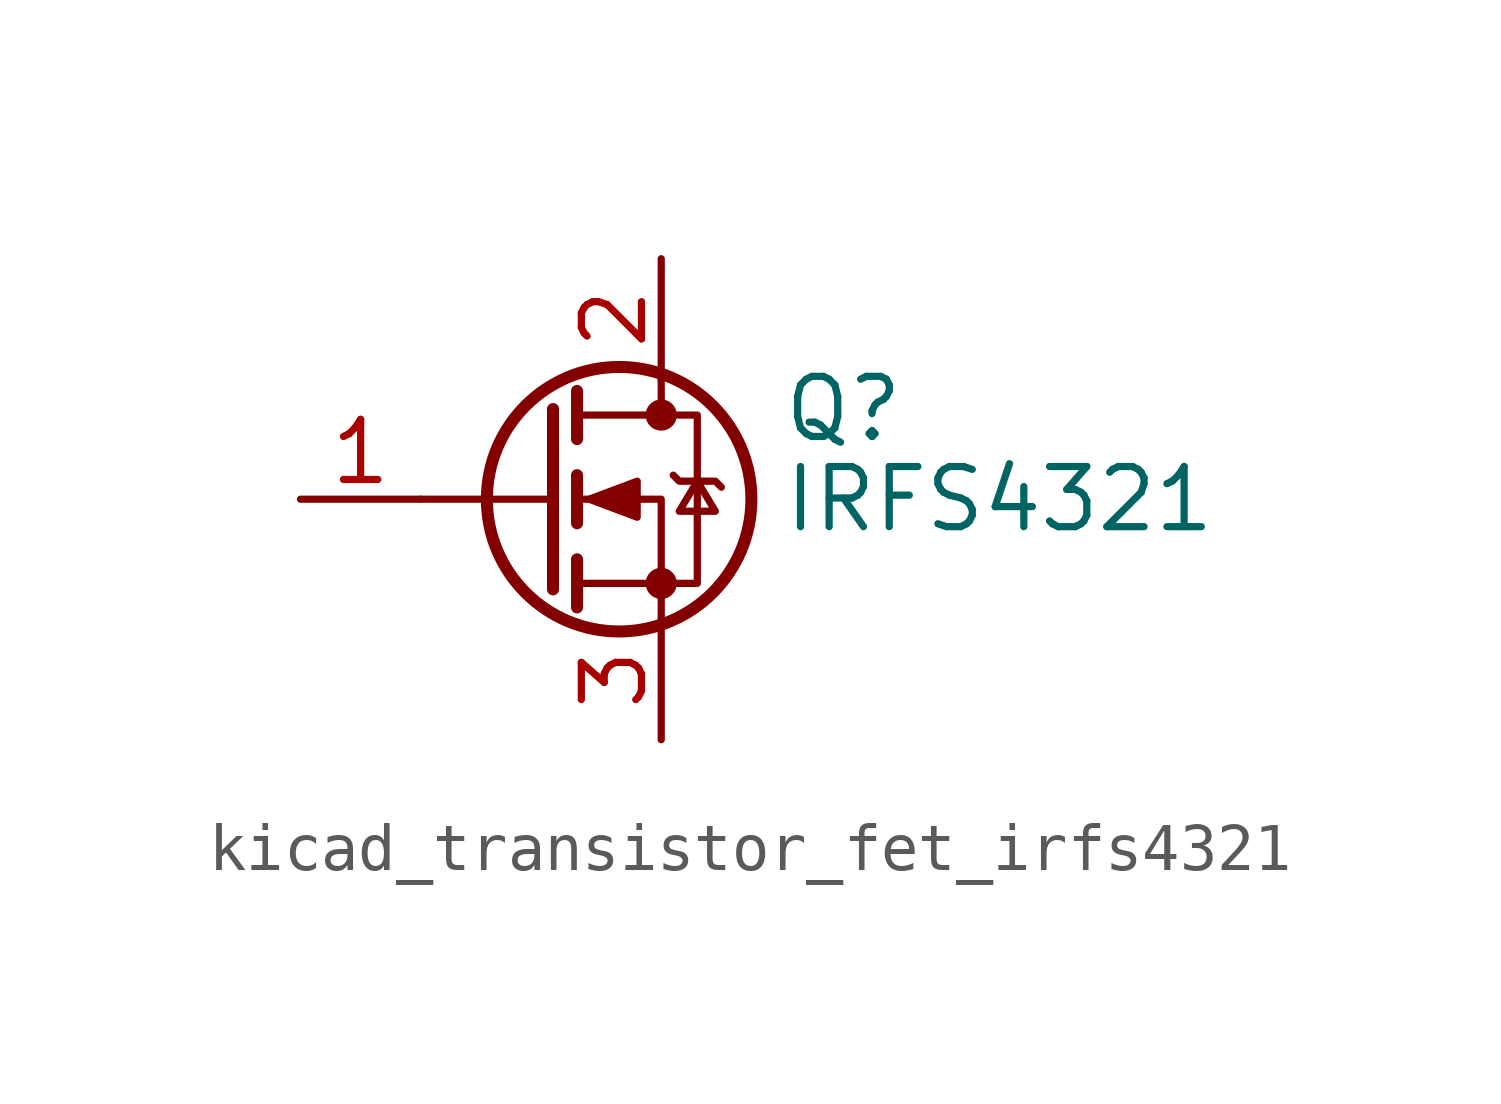
<source format=kicad_sym>
(kicad_symbol_lib
  (version 20220914)
  (generator kicad_symbol_editor)
  (symbol "kicad_transistor_fet_irfs4321"
    (pin_names hide)
    (property "Reference" "Q"
      (at 5.08 1.905 0)
      (effects (font (size 1.27 1.27)) (justify left)))
    (property "Value" "IRFS4321"
      (at 5.08 0 0)
      (effects (font (size 1.27 1.27)) (justify left)))
    (symbol "kicad_transistor_fet_irfs4321_0_1"
      (polyline (pts (xy 0.254 0) (xy -2.54 0)) (stroke (width 0) (type default)) (fill (type none)))
      (polyline (pts (xy 0.254 1.905) (xy 0.254 -1.905)) (stroke (width 0.254) (type default)) (fill (type none)))
      (polyline (pts (xy 0.762 -1.27) (xy 0.762 -2.286)) (stroke (width 0.254) (type default)) (fill (type none)))
      (polyline (pts (xy 0.762 0.508) (xy 0.762 -0.508)) (stroke (width 0.254) (type default)) (fill (type none)))
      (polyline (pts (xy 0.762 2.286) (xy 0.762 1.27)) (stroke (width 0.254) (type default)) (fill (type none)))
      (polyline (pts (xy 2.54 2.54) (xy 2.54 1.778)) (stroke (width 0) (type default)) (fill (type none)))
      (polyline (pts (xy 2.54 -2.54) (xy 2.54 0) (xy 0.762 0)) (stroke (width 0) (type default)) (fill (type none)))
      (polyline (pts (xy 0.762 -1.778) (xy 3.302 -1.778) (xy 3.302 1.778) (xy 0.762 1.778)) (stroke (width 0) (type default)) (fill (type none)))
      (polyline (pts (xy 1.016 0) (xy 2.032 0.381) (xy 2.032 -0.381) (xy 1.016 0)) (stroke (width 0) (type default)) (fill (type outline)))
      (polyline (pts (xy 2.794 0.508) (xy 2.921 0.381) (xy 3.683 0.381) (xy 3.81 0.254)) (stroke (width 0) (type default)) (fill (type none)))
      (polyline (pts (xy 3.302 0.381) (xy 2.921 -0.254) (xy 3.683 -0.254) (xy 3.302 0.381)) (stroke (width 0) (type default)) (fill (type none)))
      (circle (center 1.651 0) (radius 2.794) (stroke (width 0.254) (type default)) (fill (type none)))
      (circle (center 2.54 -1.778) (radius 0.254) (stroke (width 0) (type default)) (fill (type outline)))
      (circle (center 2.54 1.778) (radius 0.254) (stroke (width 0) (type default)) (fill (type outline))))
    (symbol "kicad_transistor_fet_irfs4321_1_1"
      (pin passive line (at -5.08 0 0) (length 2.54) (name "G" (effects (font (size 1.27 1.27)))) (number "1" (effects (font (size 1.27 1.27)))))
      (pin passive line (at 2.54 5.08 270) (length 2.54) (name "D" (effects (font (size 1.27 1.27)))) (number "2" (effects (font (size 1.27 1.27)))))
      (pin passive line (at 2.54 -5.08 90) (length 2.54) (name "S" (effects (font (size 1.27 1.27)))) (number "3" (effects (font (size 1.27 1.27))))))))
</source>
